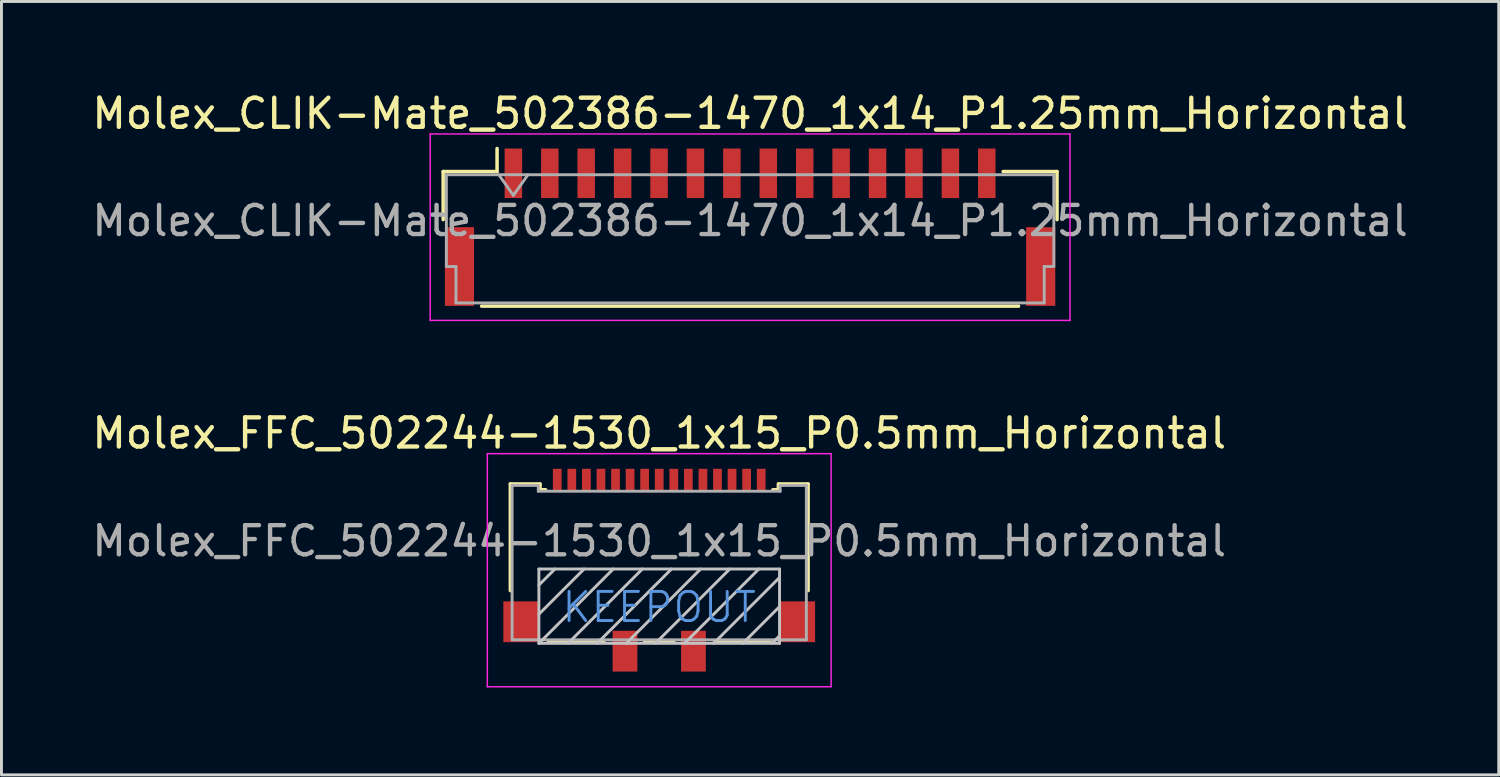
<source format=kicad_pcb>
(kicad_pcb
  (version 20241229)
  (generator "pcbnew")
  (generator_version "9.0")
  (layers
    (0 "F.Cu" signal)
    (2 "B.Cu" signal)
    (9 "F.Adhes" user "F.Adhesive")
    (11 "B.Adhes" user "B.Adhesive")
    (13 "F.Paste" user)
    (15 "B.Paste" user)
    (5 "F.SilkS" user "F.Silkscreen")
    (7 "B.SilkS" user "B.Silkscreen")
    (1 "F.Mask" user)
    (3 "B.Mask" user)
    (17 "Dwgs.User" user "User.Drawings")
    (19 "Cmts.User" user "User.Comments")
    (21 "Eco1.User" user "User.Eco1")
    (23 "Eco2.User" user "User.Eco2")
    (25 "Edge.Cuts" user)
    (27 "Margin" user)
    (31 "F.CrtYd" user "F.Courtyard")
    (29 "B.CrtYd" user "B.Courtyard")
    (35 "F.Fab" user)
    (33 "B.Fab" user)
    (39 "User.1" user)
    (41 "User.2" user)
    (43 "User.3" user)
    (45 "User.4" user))
  (footprint "Molex_CLIK-Mate_502386-1470_1x14_P1.25mm_Horizontal"
    (layer "F.Cu")
    (at 22.696 4.748)
    (property "Reference" "Molex_CLIK-Mate_502386-1470_1x14_P1.25mm_Horizontal" (at 0 -3.9 0) (layer "F.SilkS") (effects (font (size 1 1) (thickness 0.15))))
    (attr smd)
    (fp_line (start -10.535 -1.91) (end -8.685 -1.91) (stroke (width 0.12) (type solid)) (layer "F.SilkS"))
    (fp_line (start -10.535 -0.26) (end -10.535 -1.91) (stroke (width 0.12) (type solid)) (layer "F.SilkS"))
    (fp_line (start -9.215 2.71) (end 9.215 2.71) (stroke (width 0.12) (type solid)) (layer "F.SilkS"))
    (fp_line (start -8.685 -1.91) (end -8.685 -2.7) (stroke (width 0.12) (type solid)) (layer "F.SilkS"))
    (fp_line (start 10.535 -1.91) (end 8.685 -1.91) (stroke (width 0.12) (type solid)) (layer "F.SilkS"))
    (fp_line (start 10.535 -0.26) (end 10.535 -1.91) (stroke (width 0.12) (type solid)) (layer "F.SilkS"))
    (fp_line (start -10.98 -3.2) (end -10.98 3.2) (stroke (width 0.05) (type solid)) (layer "F.CrtYd"))
    (fp_line (start -10.98 3.2) (end 10.98 3.2) (stroke (width 0.05) (type solid)) (layer "F.CrtYd"))
    (fp_line (start 10.98 -3.2) (end -10.98 -3.2) (stroke (width 0.05) (type solid)) (layer "F.CrtYd"))
    (fp_line (start 10.98 3.2) (end 10.98 -3.2) (stroke (width 0.05) (type solid)) (layer "F.CrtYd"))
    (fp_line (start -10.425 -1.8) (end -10.425 1.35) (stroke (width 0.1) (type solid)) (layer "F.Fab"))
    (fp_line (start -10.425 -1.8) (end 10.425 -1.8) (stroke (width 0.1) (type solid)) (layer "F.Fab"))
    (fp_line (start -10.425 1.35) (end -10.095 1.35) (stroke (width 0.1) (type solid)) (layer "F.Fab"))
    (fp_line (start -10.095 1.35) (end -10.095 2.6) (stroke (width 0.1) (type solid)) (layer "F.Fab"))
    (fp_line (start -10.095 2.6) (end 10.095 2.6) (stroke (width 0.1) (type solid)) (layer "F.Fab"))
    (fp_line (start -8.625 -1.8) (end -8.125 -1.093) (stroke (width 0.1) (type solid)) (layer "F.Fab"))
    (fp_line (start -8.125 -1.093) (end -7.625 -1.8) (stroke (width 0.1) (type solid)) (layer "F.Fab"))
    (fp_line (start 10.095 1.35) (end 10.425 1.35) (stroke (width 0.1) (type solid)) (layer "F.Fab"))
    (fp_line (start 10.095 2.6) (end 10.095 1.35) (stroke (width 0.1) (type solid)) (layer "F.Fab"))
    (fp_line (start 10.425 -1.8) (end 10.425 1.35) (stroke (width 0.1) (type solid)) (layer "F.Fab"))
    (fp_text user "${REFERENCE}" (at 0 -0.22 0) (layer "F.Fab") (effects (font (size 1 1) (thickness 0.15))))
    (pad "" smd rect (at -9.975 1.35) (size 1 2.7) (layers "F.Cu" "F.Mask" "F.Paste"))
    (pad "" smd rect (at 9.975 1.35) (size 1 2.7) (layers "F.Cu" "F.Mask" "F.Paste"))
    (pad "1" smd rect (at -8.125 -1.85) (size 0.6 1.7) (layers "F.Cu" "F.Mask" "F.Paste"))
    (pad "2" smd rect (at -6.875 -1.85) (size 0.6 1.7) (layers "F.Cu" "F.Mask" "F.Paste"))
    (pad "3" smd rect (at -5.625 -1.85) (size 0.6 1.7) (layers "F.Cu" "F.Mask" "F.Paste"))
    (pad "4" smd rect (at -4.375 -1.85) (size 0.6 1.7) (layers "F.Cu" "F.Mask" "F.Paste"))
    (pad "5" smd rect (at -3.125 -1.85) (size 0.6 1.7) (layers "F.Cu" "F.Mask" "F.Paste"))
    (pad "6" smd rect (at -1.875 -1.85) (size 0.6 1.7) (layers "F.Cu" "F.Mask" "F.Paste"))
    (pad "7" smd rect (at -0.625 -1.85) (size 0.6 1.7) (layers "F.Cu" "F.Mask" "F.Paste"))
    (pad "8" smd rect (at 0.625 -1.85) (size 0.6 1.7) (layers "F.Cu" "F.Mask" "F.Paste"))
    (pad "9" smd rect (at 1.875 -1.85) (size 0.6 1.7) (layers "F.Cu" "F.Mask" "F.Paste"))
    (pad "10" smd rect (at 3.125 -1.85) (size 0.6 1.7) (layers "F.Cu" "F.Mask" "F.Paste"))
    (pad "11" smd rect (at 4.375 -1.85) (size 0.6 1.7) (layers "F.Cu" "F.Mask" "F.Paste"))
    (pad "12" smd rect (at 5.625 -1.85) (size 0.6 1.7) (layers "F.Cu" "F.Mask" "F.Paste"))
    (pad "13" smd rect (at 6.875 -1.85) (size 0.6 1.7) (layers "F.Cu" "F.Mask" "F.Paste"))
    (pad "14" smd rect (at 8.125 -1.85) (size 0.6 1.7) (layers "F.Cu" "F.Mask" "F.Paste")))
  (footprint "Molex_FFC_502244-1530_1x15_P0.5mm_Horizontal"
    (layer "F.Cu")
    (at 19.577 16.521)
    (property "Reference" "Molex_FFC_502244-1530_1x15_P0.5mm_Horizontal" (at 0 -4.7 0) (layer "F.SilkS") (effects (font (size 1 1) (thickness 0.15))))
    (attr smd)
    (fp_line (start -5.11 -2.96) (end -4.1 -2.96) (stroke (width 0.12) (type solid)) (layer "F.SilkS"))
    (fp_line (start -5.11 0.7) (end -5.11 -2.96) (stroke (width 0.12) (type solid)) (layer "F.SilkS"))
    (fp_line (start -4.09 -2.76) (end -4.09 -2.96) (stroke (width 0.12) (type solid)) (layer "F.SilkS"))
    (fp_line (start -4.09 -2.76) (end -3.9 -2.76) (stroke (width 0.12) (type solid)) (layer "F.SilkS"))
    (fp_line (start -3.8 2.45) (end -1.9 2.45) (stroke (width 0.12) (type solid)) (layer "F.SilkS"))
    (fp_line (start -0.5 2.45) (end 0.5 2.45) (stroke (width 0.12) (type solid)) (layer "F.SilkS"))
    (fp_line (start 1.9 2.45) (end 3.8 2.45) (stroke (width 0.12) (type solid)) (layer "F.SilkS"))
    (fp_line (start 4.09 -2.96) (end 4.09 -2.76) (stroke (width 0.12) (type solid)) (layer "F.SilkS"))
    (fp_line (start 4.09 -2.76) (end 3.9 -2.76) (stroke (width 0.12) (type solid)) (layer "F.SilkS"))
    (fp_line (start 4.1 -2.96) (end 5.11 -2.96) (stroke (width 0.12) (type solid)) (layer "F.SilkS"))
    (fp_line (start 5.11 -2.96) (end 5.11 0.7) (stroke (width 0.12) (type solid)) (layer "F.SilkS"))
    (fp_line (start -4.13 -0.04) (end 4.13 -0.04) (stroke (width 0.1) (type solid)) (layer "Dwgs.User"))
    (fp_line (start -4.13 0.51) (end -3.58 -0.04) (stroke (width 0.1) (type solid)) (layer "Dwgs.User"))
    (fp_line (start -4.13 1.51) (end -2.58 -0.04) (stroke (width 0.1) (type solid)) (layer "Dwgs.User"))
    (fp_line (start -4.13 2.51) (end -4.13 -0.04) (stroke (width 0.1) (type solid)) (layer "Dwgs.User"))
    (fp_line (start -4.13 2.51) (end -1.58 -0.04) (stroke (width 0.1) (type solid)) (layer "Dwgs.User"))
    (fp_line (start -3.13 2.51) (end -0.58 -0.04) (stroke (width 0.1) (type solid)) (layer "Dwgs.User"))
    (fp_line (start -2.13 2.51) (end 0.42 -0.04) (stroke (width 0.1) (type solid)) (layer "Dwgs.User"))
    (fp_line (start -1.13 2.51) (end 1.42 -0.04) (stroke (width 0.1) (type solid)) (layer "Dwgs.User"))
    (fp_line (start -0.13 2.51) (end 2.42 -0.04) (stroke (width 0.1) (type solid)) (layer "Dwgs.User"))
    (fp_line (start 0.87 2.51) (end 3.42 -0.04) (stroke (width 0.1) (type solid)) (layer "Dwgs.User"))
    (fp_line (start 1.87 2.51) (end 4.13 0.25) (stroke (width 0.1) (type solid)) (layer "Dwgs.User"))
    (fp_line (start 2.87 2.51) (end 4.13 1.25) (stroke (width 0.1) (type solid)) (layer "Dwgs.User"))
    (fp_line (start 3.87 2.51) (end 4.13 2.25) (stroke (width 0.1) (type solid)) (layer "Dwgs.User"))
    (fp_line (start 4.13 -0.04) (end 4.13 2.51) (stroke (width 0.1) (type solid)) (layer "Dwgs.User"))
    (fp_line (start 4.13 2.51) (end -4.13 2.51) (stroke (width 0.1) (type solid)) (layer "Dwgs.User"))
    (fp_line (start -5.9 -4) (end 5.9 -4) (stroke (width 0.05) (type solid)) (layer "F.CrtYd"))
    (fp_line (start -5.9 4) (end -5.9 -4) (stroke (width 0.05) (type solid)) (layer "F.CrtYd"))
    (fp_line (start 5.9 -4) (end 5.9 4) (stroke (width 0.05) (type solid)) (layer "F.CrtYd"))
    (fp_line (start 5.9 4) (end -5.9 4) (stroke (width 0.05) (type solid)) (layer "F.CrtYd"))
    (fp_line (start -5.05 -2.91) (end -5.05 2.39) (stroke (width 0.1) (type solid)) (layer "F.Fab"))
    (fp_line (start -5.05 2.39) (end 5.05 2.39) (stroke (width 0.1) (type solid)) (layer "F.Fab"))
    (fp_line (start -4.15 -2.91) (end -5.05 -2.91) (stroke (width 0.1) (type solid)) (layer "F.Fab"))
    (fp_line (start -4.15 -2.71) (end -4.15 -2.91) (stroke (width 0.1) (type solid)) (layer "F.Fab"))
    (fp_line (start 4.15 -2.91) (end 4.15 -2.71) (stroke (width 0.1) (type solid)) (layer "F.Fab"))
    (fp_line (start 4.15 -2.71) (end -4.15 -2.71) (stroke (width 0.1) (type solid)) (layer "F.Fab"))
    (fp_line (start 5.05 -2.91) (end 4.15 -2.91) (stroke (width 0.1) (type solid)) (layer "F.Fab"))
    (fp_line (start 5.05 -2.91) (end 5.05 2.39) (stroke (width 0.1) (type solid)) (layer "F.Fab"))
    (fp_text user "KEEPOUT" (at 0 1.271 0) (layer "Cmts.User") (effects (font (size 1 1) (thickness 0.1))))
    (fp_text user "${REFERENCE}" (at 0 -1 0) (layer "F.Fab") (effects (font (size 1 1) (thickness 0.15))))
    (pad "" smd rect (at -4.74 1.77) (size 1.22 1.4) (layers "F.Cu" "F.Mask" "F.Paste"))
    (pad "" smd rect (at -1.175 2.78) (size 0.85 1.4) (layers "F.Cu" "F.Mask" "F.Paste"))
    (pad "" smd rect (at 1.175 2.78) (size 0.85 1.4) (layers "F.Cu" "F.Mask" "F.Paste"))
    (pad "" smd rect (at 4.74 1.77) (size 1.22 1.4) (layers "F.Cu" "F.Mask" "F.Paste"))
    (pad "1" smd rect (at -3.5 -3.08) (size 0.3 0.8) (layers "F.Cu" "F.Mask" "F.Paste"))
    (pad "2" smd rect (at -3 -3.08) (size 0.3 0.8) (layers "F.Cu" "F.Mask" "F.Paste"))
    (pad "3" smd rect (at -2.5 -3.08) (size 0.3 0.8) (layers "F.Cu" "F.Mask" "F.Paste"))
    (pad "4" smd rect (at -2 -3.08) (size 0.3 0.8) (layers "F.Cu" "F.Mask" "F.Paste"))
    (pad "5" smd rect (at -1.5 -3.08) (size 0.3 0.8) (layers "F.Cu" "F.Mask" "F.Paste"))
    (pad "6" smd rect (at -1 -3.08) (size 0.3 0.8) (layers "F.Cu" "F.Mask" "F.Paste"))
    (pad "7" smd rect (at -0.5 -3.08) (size 0.3 0.8) (layers "F.Cu" "F.Mask" "F.Paste"))
    (pad "8" smd rect (at 0 -3.08) (size 0.3 0.8) (layers "F.Cu" "F.Mask" "F.Paste"))
    (pad "9" smd rect (at 0.5 -3.08) (size 0.3 0.8) (layers "F.Cu" "F.Mask" "F.Paste"))
    (pad "10" smd rect (at 1 -3.08) (size 0.3 0.8) (layers "F.Cu" "F.Mask" "F.Paste"))
    (pad "11" smd rect (at 1.5 -3.08) (size 0.3 0.8) (layers "F.Cu" "F.Mask" "F.Paste"))
    (pad "12" smd rect (at 2 -3.08) (size 0.3 0.8) (layers "F.Cu" "F.Mask" "F.Paste"))
    (pad "13" smd rect (at 2.5 -3.08) (size 0.3 0.8) (layers "F.Cu" "F.Mask" "F.Paste"))
    (pad "14" smd rect (at 3 -3.08) (size 0.3 0.8) (layers "F.Cu" "F.Mask" "F.Paste"))
    (pad "15" smd rect (at 3.5 -3.08) (size 0.3 0.8) (layers "F.Cu" "F.Mask" "F.Paste")))
  (gr_rect
    (start -3 -3)
    (end 48.393 23.547)
    (stroke (width 0.1) (type default))
    (fill no)
    (layer "Edge.Cuts")))
</source>
